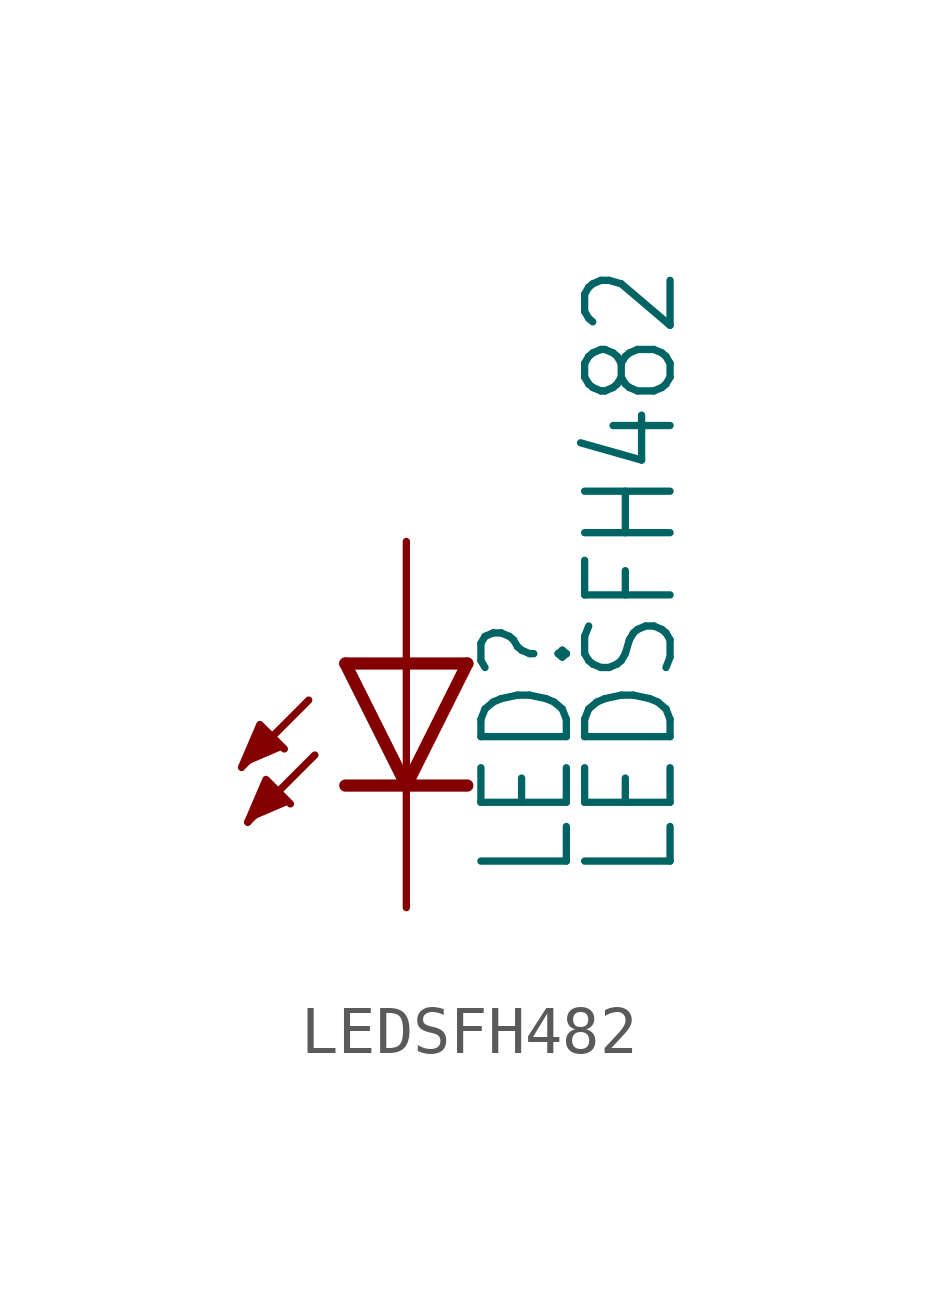
<source format=kicad_sym>
(kicad_symbol_lib
  (version 20211014)
  (generator kicad_symbol_editor)
  (symbol "LEDSFH482"
    (property "Reference" "LED"
      (at 3.556 -4.572 90)
      (effects (font (size 1.778 1.511)) (justify left bottom)))
    (property "Value" "LEDSFH482"
      (at 5.715 -4.572 90)
      (effects (font (size 1.778 1.511)) (justify left bottom)))
    (property "ki_locked" ""
      (at 0 0 0)
      (effects (font (size 1.27 1.27))))
    (symbol "LEDSFH482_1_0"
      (polyline (pts (xy -2.032 -0.762) (xy -3.429 -2.159)) (stroke (width 0.152) (type default) (color 0 0 0 0)) (fill (type none)))
      (polyline (pts (xy -1.905 -1.905) (xy -3.302 -3.302)) (stroke (width 0.152) (type default) (color 0 0 0 0)) (fill (type none)))
      (polyline (pts (xy 0 -2.54) (xy -1.27 -2.54)) (stroke (width 0.254) (type default) (color 0 0 0 0)) (fill (type none)))
      (polyline (pts (xy 0 -2.54) (xy -1.27 0)) (stroke (width 0.254) (type default) (color 0 0 0 0)) (fill (type none)))
      (polyline (pts (xy 0 0) (xy -1.27 0)) (stroke (width 0.254) (type default) (color 0 0 0 0)) (fill (type none)))
      (polyline (pts (xy 0 0) (xy 0 -2.54)) (stroke (width 0.152) (type default) (color 0 0 0 0)) (fill (type none)))
      (polyline (pts (xy 1.27 -2.54) (xy 0 -2.54)) (stroke (width 0.254) (type default) (color 0 0 0 0)) (fill (type none)))
      (polyline (pts (xy 1.27 0) (xy 0 -2.54)) (stroke (width 0.254) (type default) (color 0 0 0 0)) (fill (type none)))
      (polyline (pts (xy 1.27 0) (xy 0 0)) (stroke (width 0.254) (type default) (color 0 0 0 0)) (fill (type none)))
      (polyline (pts (xy -3.429 -2.159) (xy -3.048 -1.27) (xy -2.54 -1.778)) (stroke (width 0) (type default) (color 0 0 0 0)) (fill (type outline)))
      (polyline (pts (xy -3.302 -3.302) (xy -2.921 -2.413) (xy -2.413 -2.921)) (stroke (width 0) (type default) (color 0 0 0 0)) (fill (type outline)))
      (pin passive line (at 0 2.54 270) (length 2.54) (name "A" (effects (font (size 0 0)))) (number "A" (effects (font (size 0 0)))))
      (pin passive line (at 0 -5.08 90) (length 2.54) (name "C" (effects (font (size 0 0)))) (number "K" (effects (font (size 0 0))))))))
</source>
